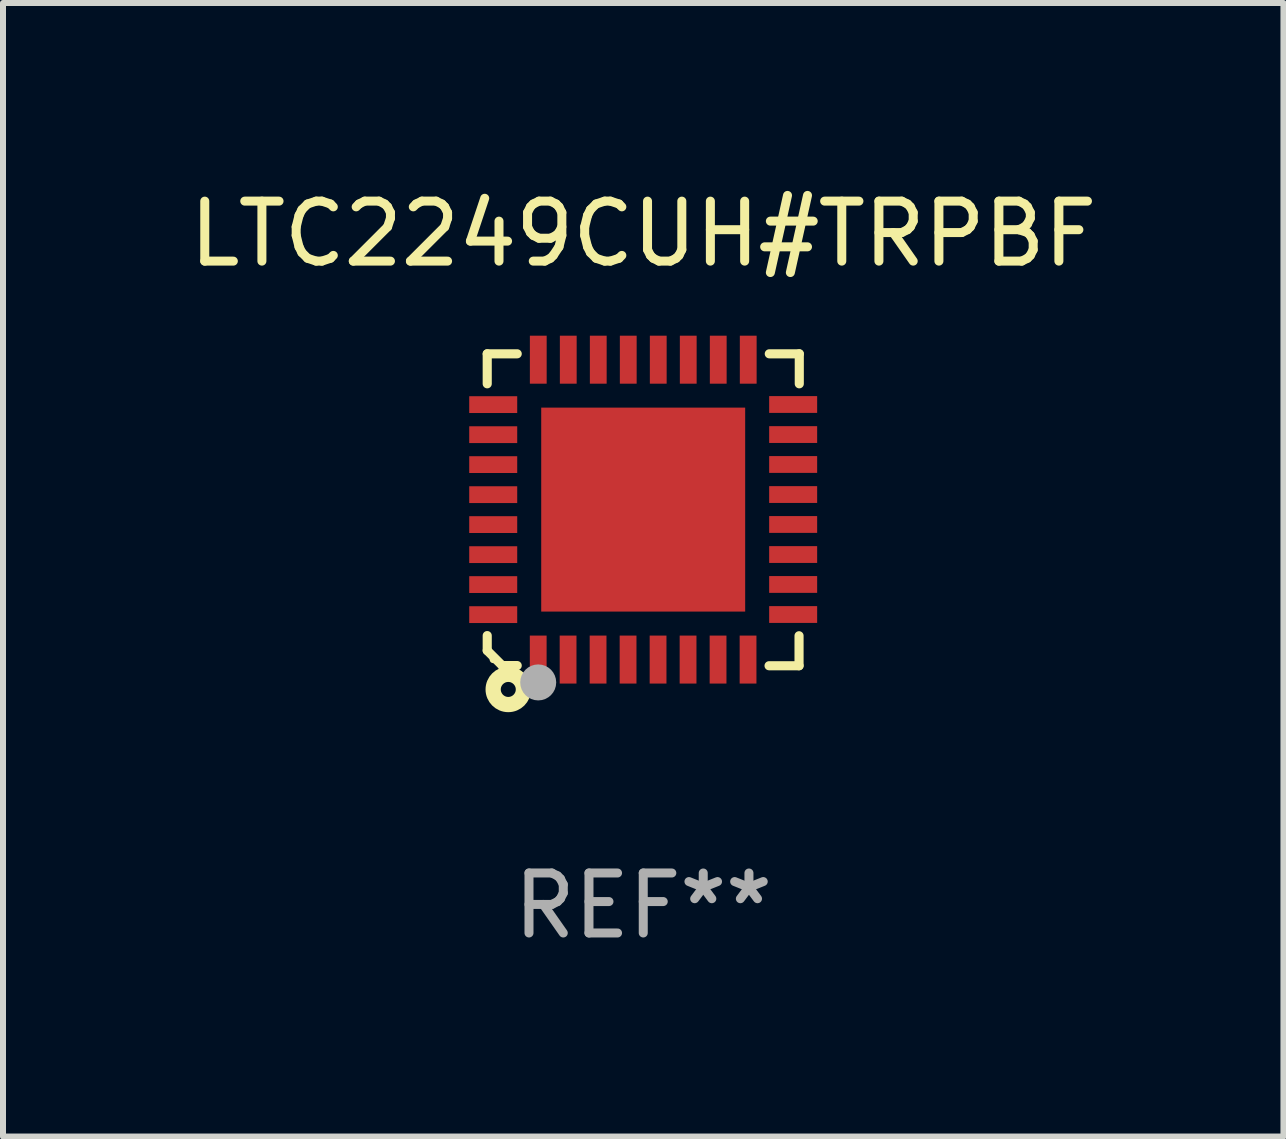
<source format=kicad_pcb>
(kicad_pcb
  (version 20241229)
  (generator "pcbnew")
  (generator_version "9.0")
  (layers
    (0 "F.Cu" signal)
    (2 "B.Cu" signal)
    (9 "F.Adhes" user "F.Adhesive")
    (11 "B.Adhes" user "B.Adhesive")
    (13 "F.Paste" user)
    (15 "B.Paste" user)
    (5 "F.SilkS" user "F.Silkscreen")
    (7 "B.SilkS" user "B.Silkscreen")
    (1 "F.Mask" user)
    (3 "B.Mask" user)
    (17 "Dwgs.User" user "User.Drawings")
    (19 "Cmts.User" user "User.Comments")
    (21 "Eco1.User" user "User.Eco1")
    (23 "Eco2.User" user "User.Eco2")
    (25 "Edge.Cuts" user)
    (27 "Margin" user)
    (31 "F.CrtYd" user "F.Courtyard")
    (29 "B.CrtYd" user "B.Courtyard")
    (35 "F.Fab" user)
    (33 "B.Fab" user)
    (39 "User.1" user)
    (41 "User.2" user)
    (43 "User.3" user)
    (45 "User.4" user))
  (footprint "LTC2249CUH#TRPBF"
    (layer "F.Cu")
    (at 7.673 5.448)
    (property "Reference" "LTC2249CUH#TRPBF" (at 0 -4.6 0) (layer "F.SilkS") (effects (font (size 1 1) (thickness 0.15))))
    (attr through_hole)
    (fp_line (start -2.601 2.097) (end -2.601 2.347) (stroke (width 0.152) (type solid)) (layer "F.SilkS"))
    (fp_line (start -2.601 2.347) (end -2.351 2.597) (stroke (width 0.152) (type solid)) (layer "F.SilkS"))
    (fp_line (start -2.601 -2.6) (end -2.601 -2.1) (stroke (width 0.152) (type solid)) (layer "F.SilkS"))
    (fp_line (start -2.601 -2.6) (end -2.101 -2.6) (stroke (width 0.152) (type solid)) (layer "F.SilkS"))
    (fp_line (start -2.351 2.597) (end -2.101 2.597) (stroke (width 0.152) (type solid)) (layer "F.SilkS"))
    (fp_line (start 2.597 2.6) (end 2.097 2.6) (stroke (width 0.152) (type solid)) (layer "F.SilkS"))
    (fp_line (start 2.597 2.6) (end 2.597 2.1) (stroke (width 0.152) (type solid)) (layer "F.SilkS"))
    (fp_line (start 2.601 -2.6) (end 2.101 -2.6) (stroke (width 0.152) (type solid)) (layer "F.SilkS"))
    (fp_line (start 2.601 -2.6) (end 2.601 -2.1) (stroke (width 0.152) (type solid)) (layer "F.SilkS"))
    (fp_circle (center -2.501 2.497) (end -2.471 2.497) (stroke (width 0.06) (type solid)) (fill no) (layer "F.SilkS"))
    (fp_circle (center -2.25 2.995) (end -2.125 2.995) (stroke (width 0.254) (type solid)) (fill no) (layer "F.SilkS"))
    (fp_circle (center -1.751 2.878) (end -1.601 2.878) (stroke (width 0.3) (type solid)) (fill no) (layer "F.Fab"))
    (fp_text user "REF**" (at 0 6.6 0) (layer "F.Fab") (effects (font (size 1 1) (thickness 0.15))))
    (pad "1" smd rect (at -1.751 2.497) (size 0.28 0.8) (layers "F.Cu" "F.Mask" "F.Paste"))
    (pad "2" smd rect (at -1.253 2.497) (size 0.28 0.8) (layers "F.Cu" "F.Mask" "F.Paste"))
    (pad "3" smd rect (at -0.753 2.497) (size 0.28 0.8) (layers "F.Cu" "F.Mask" "F.Paste"))
    (pad "4" smd rect (at -0.253 2.497) (size 0.28 0.8) (layers "F.Cu" "F.Mask" "F.Paste"))
    (pad "5" smd rect (at 0.247 2.497) (size 0.28 0.8) (layers "F.Cu" "F.Mask" "F.Paste"))
    (pad "6" smd rect (at 0.747 2.497) (size 0.28 0.8) (layers "F.Cu" "F.Mask" "F.Paste"))
    (pad "7" smd rect (at 1.247 2.497) (size 0.28 0.8) (layers "F.Cu" "F.Mask" "F.Paste"))
    (pad "8" smd rect (at 1.747 2.497) (size 0.28 0.8) (layers "F.Cu" "F.Mask" "F.Paste"))
    (pad "9" smd rect (at 2.499 1.746) (size 0.8 0.28) (layers "F.Cu" "F.Mask" "F.Paste"))
    (pad "10" smd rect (at 2.499 1.245) (size 0.8 0.28) (layers "F.Cu" "F.Mask" "F.Paste"))
    (pad "11" smd rect (at 2.499 0.746) (size 0.8 0.28) (layers "F.Cu" "F.Mask" "F.Paste"))
    (pad "12" smd rect (at 2.499 0.245) (size 0.8 0.28) (layers "F.Cu" "F.Mask" "F.Paste"))
    (pad "13" smd rect (at 2.499 -0.254) (size 0.8 0.28) (layers "F.Cu" "F.Mask" "F.Paste"))
    (pad "14" smd rect (at 2.499 -0.755) (size 0.8 0.28) (layers "F.Cu" "F.Mask" "F.Paste"))
    (pad "15" smd rect (at 2.499 -1.254) (size 0.8 0.28) (layers "F.Cu" "F.Mask" "F.Paste"))
    (pad "16" smd rect (at 2.499 -1.755) (size 0.8 0.28) (layers "F.Cu" "F.Mask" "F.Paste"))
    (pad "17" smd rect (at 1.75 -2.502) (size 0.28 0.8) (layers "F.Cu" "F.Mask" "F.Paste"))
    (pad "18" smd rect (at 1.25 -2.502) (size 0.28 0.8) (layers "F.Cu" "F.Mask" "F.Paste"))
    (pad "19" smd rect (at 0.75 -2.502) (size 0.28 0.8) (layers "F.Cu" "F.Mask" "F.Paste"))
    (pad "20" smd rect (at 0.25 -2.502) (size 0.28 0.8) (layers "F.Cu" "F.Mask" "F.Paste"))
    (pad "21" smd rect (at -0.25 -2.502) (size 0.28 0.8) (layers "F.Cu" "F.Mask" "F.Paste"))
    (pad "22" smd rect (at -0.75 -2.502) (size 0.28 0.8) (layers "F.Cu" "F.Mask" "F.Paste"))
    (pad "23" smd rect (at -1.25 -2.502) (size 0.28 0.8) (layers "F.Cu" "F.Mask" "F.Paste"))
    (pad "24" smd rect (at -1.75 -2.502) (size 0.28 0.8) (layers "F.Cu" "F.Mask" "F.Paste"))
    (pad "25" smd rect (at -2.501 -1.753) (size 0.8 0.28) (layers "F.Cu" "F.Mask" "F.Paste"))
    (pad "26" smd rect (at -2.501 -1.252) (size 0.8 0.28) (layers "F.Cu" "F.Mask" "F.Paste"))
    (pad "27" smd rect (at -2.501 -0.753) (size 0.8 0.28) (layers "F.Cu" "F.Mask" "F.Paste"))
    (pad "28" smd rect (at -2.501 -0.252) (size 0.8 0.28) (layers "F.Cu" "F.Mask" "F.Paste"))
    (pad "29" smd rect (at -2.501 0.247) (size 0.8 0.28) (layers "F.Cu" "F.Mask" "F.Paste"))
    (pad "30" smd rect (at -2.501 0.748) (size 0.8 0.28) (layers "F.Cu" "F.Mask" "F.Paste"))
    (pad "31" smd rect (at -2.501 1.247) (size 0.8 0.28) (layers "F.Cu" "F.Mask" "F.Paste"))
    (pad "32" smd rect (at -2.501 1.748) (size 0.8 0.28) (layers "F.Cu" "F.Mask" "F.Paste"))
    (pad "33" smd rect (at -0.001 -0.003 180) (size 3.4 3.4) (layers "F.Cu" "F.Mask" "F.Paste")))
  (gr_rect
    (start -3 -3)
    (end 18.345 15.896)
    (stroke (width 0.1) (type default))
    (fill no)
    (layer "Edge.Cuts")))
</source>
